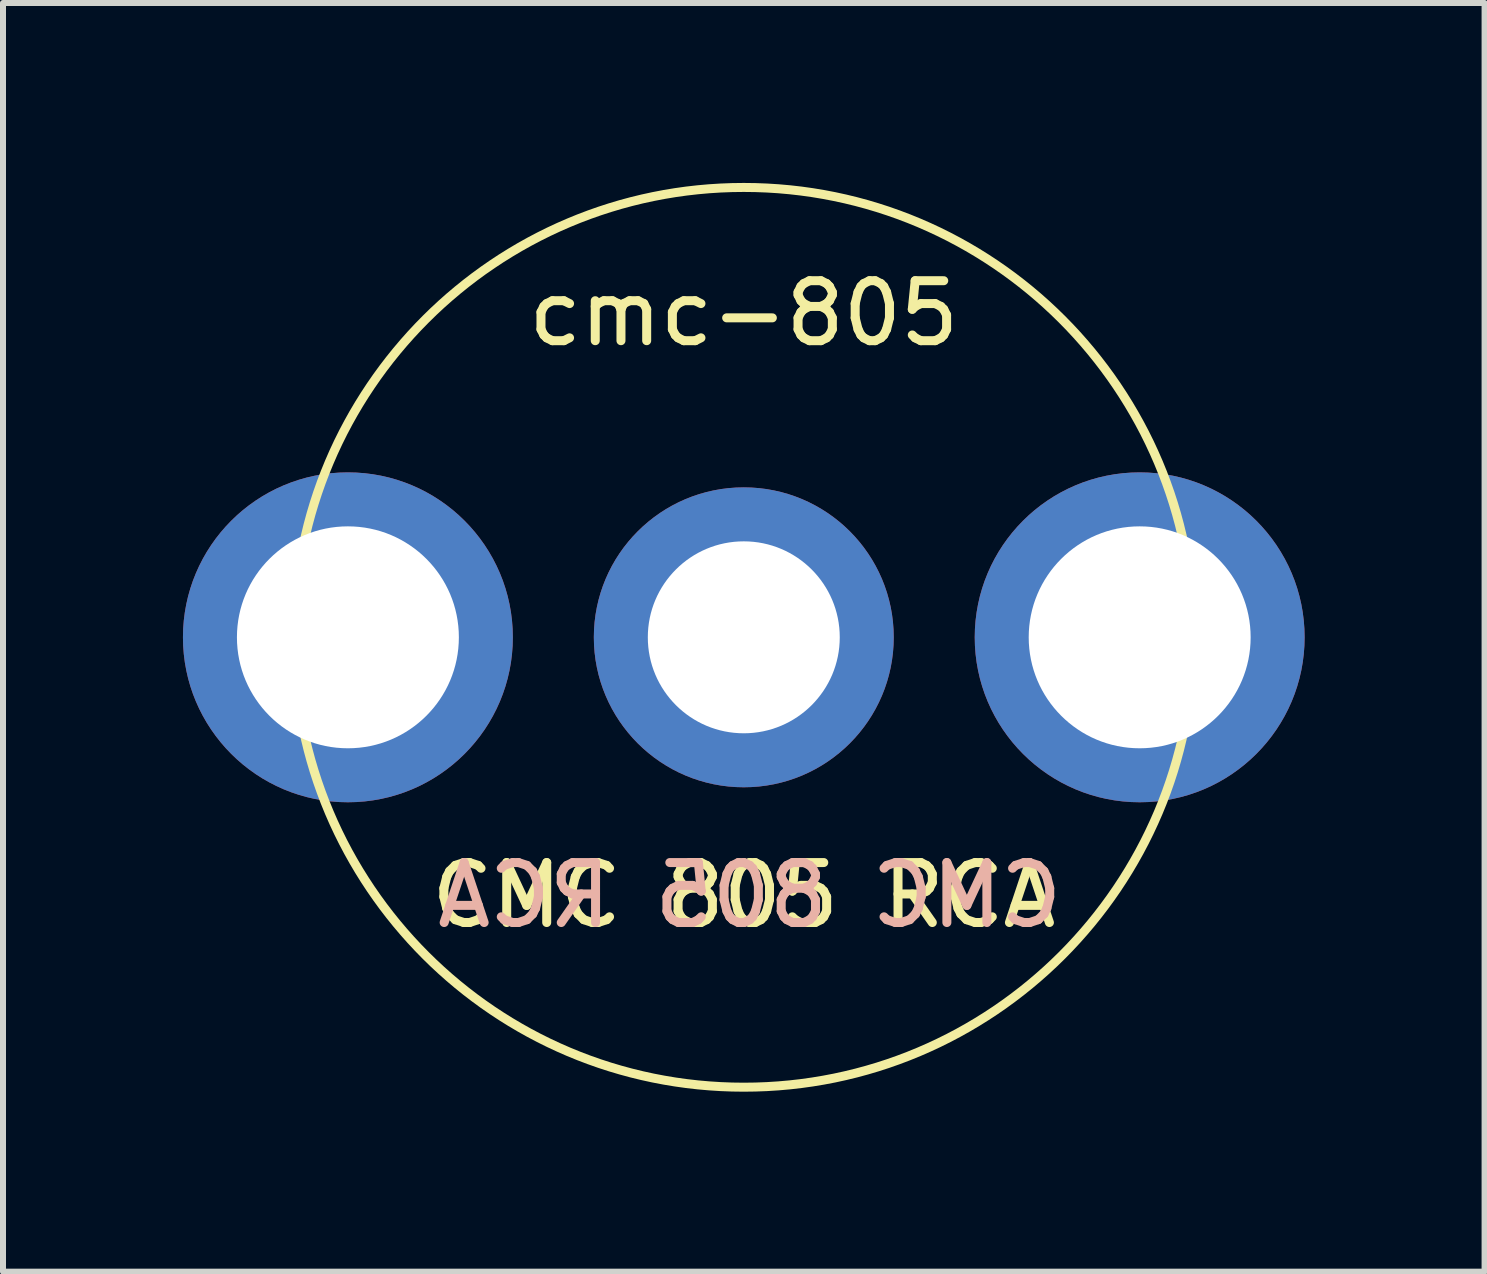
<source format=kicad_pcb>
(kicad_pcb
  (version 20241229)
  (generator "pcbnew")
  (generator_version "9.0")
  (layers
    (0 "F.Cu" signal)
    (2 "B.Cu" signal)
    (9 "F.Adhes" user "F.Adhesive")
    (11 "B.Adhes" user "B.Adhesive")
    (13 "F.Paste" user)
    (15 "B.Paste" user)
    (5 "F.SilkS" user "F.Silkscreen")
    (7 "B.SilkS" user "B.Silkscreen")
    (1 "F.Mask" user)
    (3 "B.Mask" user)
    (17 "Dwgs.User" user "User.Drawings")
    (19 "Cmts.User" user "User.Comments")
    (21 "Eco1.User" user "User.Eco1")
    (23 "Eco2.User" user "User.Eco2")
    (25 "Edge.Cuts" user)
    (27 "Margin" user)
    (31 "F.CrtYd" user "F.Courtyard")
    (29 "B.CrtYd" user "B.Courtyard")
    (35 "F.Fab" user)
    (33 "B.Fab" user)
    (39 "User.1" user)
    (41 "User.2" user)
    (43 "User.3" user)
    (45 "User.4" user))
  (footprint "cmc-805"
    (layer "F.Cu")
    (at 9.35 7.575)
    (property "Reference" "cmc-805" (at 0 -5.4 0) (layer "F.SilkS") (effects (font (size 1 1) (thickness 0.15))))
    (attr through_hole)
    (fp_circle (center 0 0) (end 7.5 0) (stroke (width 0.15) (type solid)) (fill no) (layer "F.SilkS"))
    (fp_text user "CMC 805 RCA" (at 0 4.3 0) (layer "F.SilkS") (effects (font (size 1 1) (thickness 0.15))))
    (fp_text user "CMC 805 RCA" (at 0.1 4.3 0) (layer "B.SilkS") (effects (font (size 1 1) (thickness 0.15)) (justify mirror)))
    (pad "1" thru_hole circle (at 0 0) (size 5 5) (drill 3.2) (layers "*.Cu" "*.Mask"))
    (pad "2" thru_hole circle (at -6.6 0) (size 5.5 5.5) (drill 3.7) (layers "*.Cu" "*.Mask"))
    (pad "3" thru_hole circle (at 6.6 0) (size 5.5 5.5) (drill 3.7) (layers "*.Cu" "*.Mask")))
  (gr_rect
    (start -3 -3)
    (end 21.7 18.15)
    (stroke (width 0.1) (type default))
    (fill no)
    (layer "Edge.Cuts")))
</source>
